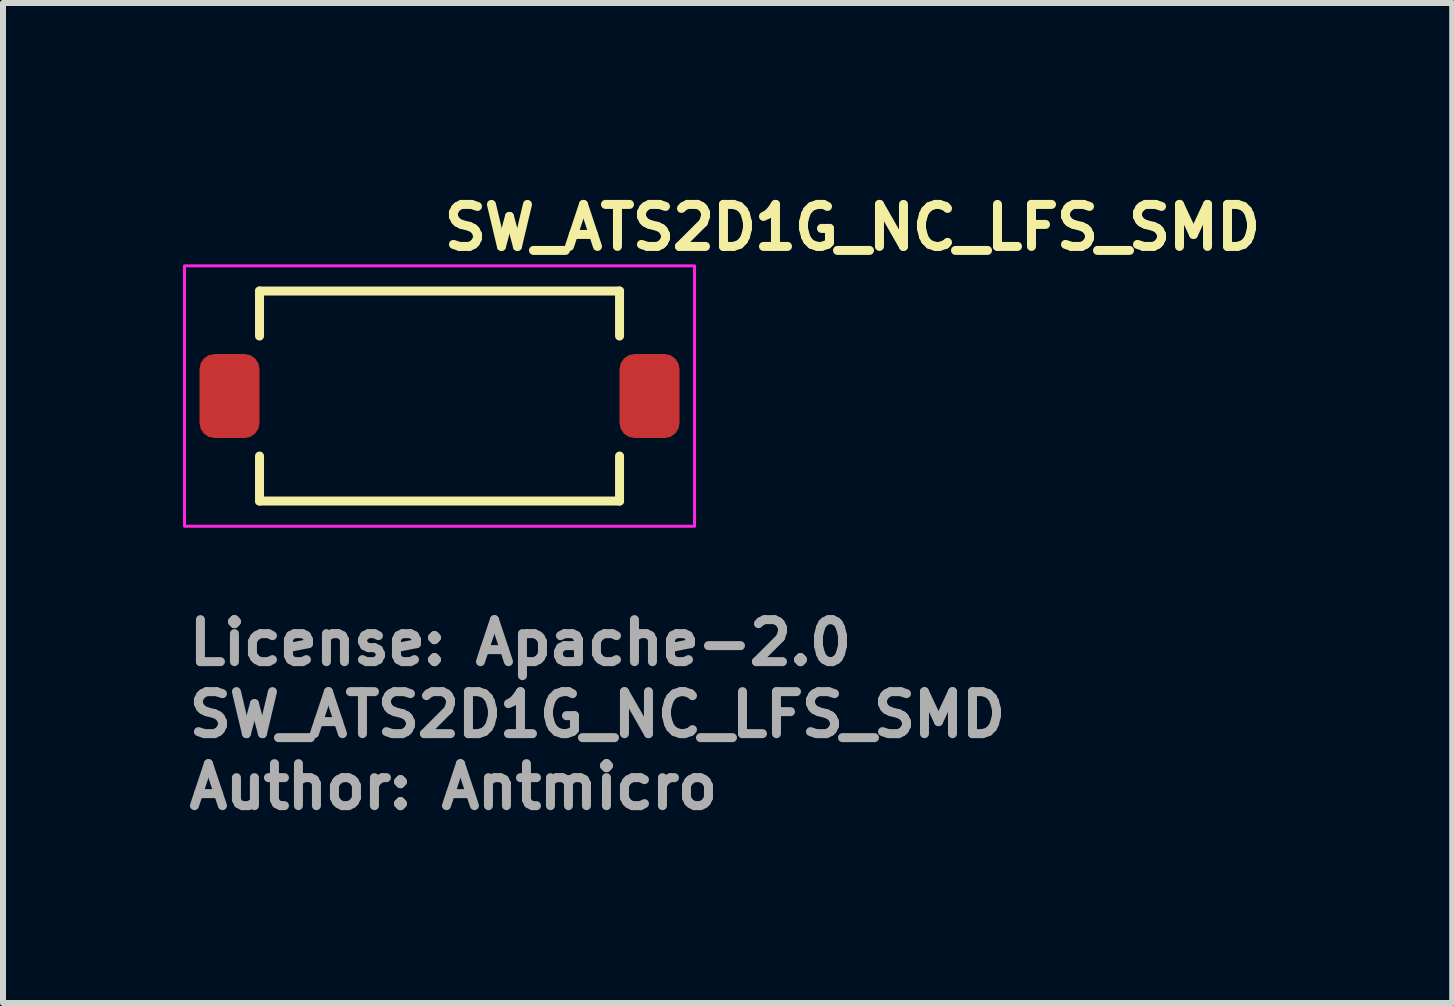
<source format=kicad_pcb>
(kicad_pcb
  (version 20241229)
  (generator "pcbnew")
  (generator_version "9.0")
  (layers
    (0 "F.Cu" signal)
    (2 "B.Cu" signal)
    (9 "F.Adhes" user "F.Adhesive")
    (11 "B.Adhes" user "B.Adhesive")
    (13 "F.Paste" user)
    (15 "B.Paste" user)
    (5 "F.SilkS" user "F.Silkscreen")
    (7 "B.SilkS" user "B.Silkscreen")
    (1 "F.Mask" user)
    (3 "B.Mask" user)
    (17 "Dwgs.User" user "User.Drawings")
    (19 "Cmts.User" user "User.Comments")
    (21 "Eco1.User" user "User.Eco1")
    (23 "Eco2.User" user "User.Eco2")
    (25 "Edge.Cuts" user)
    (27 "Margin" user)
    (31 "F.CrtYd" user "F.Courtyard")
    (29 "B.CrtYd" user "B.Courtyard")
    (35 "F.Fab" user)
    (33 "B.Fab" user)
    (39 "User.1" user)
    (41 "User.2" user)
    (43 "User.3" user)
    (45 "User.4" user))
  (footprint "SW_ATS2D1G_NC_LFS_SMD"
    (layer "F.Cu")
    (at 4.275 3.55)
    (property "Reference" "SW_ATS2D1G_NC_LFS_SMD" (at 0 -2.4 0) (layer "F.SilkS") (effects (font (size 0.7 0.7) (thickness 0.15)) (justify left bottom)))
    (attr smd)
    (fp_line (start -3 -1.75) (end 3 -1.75) (stroke (width 0.15) (type solid)) (layer "F.SilkS"))
    (fp_line (start -3 -1) (end -3 -1.75) (stroke (width 0.15) (type solid)) (layer "F.SilkS"))
    (fp_line (start -3 1) (end -3 1.75) (stroke (width 0.15) (type solid)) (layer "F.SilkS"))
    (fp_line (start -3 1.75) (end 3 1.75) (stroke (width 0.15) (type solid)) (layer "F.SilkS"))
    (fp_line (start 3 -1.75) (end 3 -1) (stroke (width 0.15) (type solid)) (layer "F.SilkS"))
    (fp_line (start 3 1.75) (end 3 1) (stroke (width 0.15) (type solid)) (layer "F.SilkS"))
    (fp_rect (start -4.25 -2.17) (end 4.25 2.17) (stroke (width 0.05) (type solid)) (fill no) (layer "F.CrtYd"))
    (fp_rect (start -3.65 -1.92) (end 3.65 1.92) (stroke (width 0.1) (type solid)) (fill no) (layer "User.5"))
    (fp_line (start -3.65 0.495) (end -3.65 -0.495) (stroke (width 0.02) (type solid)) (layer "User.9"))
    (fp_line (start -3.65 0.495) (end -3 0.495) (stroke (width 0.02) (type solid)) (layer "User.9"))
    (fp_line (start -3.015 -1.8) (end -2.815 -1.8) (stroke (width 0.02) (type solid)) (layer "User.9"))
    (fp_line (start -3.015 -1.8) (end -2.4 -1.8) (stroke (width 0.02) (type solid)) (layer "User.9"))
    (fp_line (start -3.015 -1.7) (end -3.015 -1.8) (stroke (width 0.02) (type solid)) (layer "User.9"))
    (fp_line (start -3.015 -0.495) (end -3.65 -0.495) (stroke (width 0.02) (type solid)) (layer "User.9"))
    (fp_line (start -3.015 0.1) (end -3.015 -1.7) (stroke (width 0.02) (type solid)) (layer "User.9"))
    (fp_line (start -3.015 0.5) (end -2.9 0.5) (stroke (width 0.02) (type solid)) (layer "User.9"))
    (fp_line (start -3.015 1.1) (end -3.015 0.5) (stroke (width 0.02) (type solid)) (layer "User.9"))
    (fp_line (start -3.015 1.5) (end -2.9 1.5) (stroke (width 0.02) (type solid)) (layer "User.9"))
    (fp_line (start -3.015 1.7) (end -3.015 1.5) (stroke (width 0.02) (type solid)) (layer "User.9"))
    (fp_line (start -3.015 1.8) (end -3.015 1.7) (stroke (width 0.02) (type solid)) (layer "User.9"))
    (fp_line (start -3.015 1.8) (end -2.4 1.8) (stroke (width 0.02) (type solid)) (layer "User.9"))
    (fp_line (start -3 0.1) (end -3 0.5) (stroke (width 0.02) (type solid)) (layer "User.9"))
    (fp_line (start -3 1.3) (end -3 1.5) (stroke (width 0.02) (type solid)) (layer "User.9"))
    (fp_line (start -3 1.3) (end -2.987 1.3) (stroke (width 0.02) (type solid)) (layer "User.9"))
    (fp_line (start -2.987 1.3) (end -2.975 1.299) (stroke (width 0.02) (type solid)) (layer "User.9"))
    (fp_line (start -2.975 1.299) (end -2.962 1.298) (stroke (width 0.02) (type solid)) (layer "User.9"))
    (fp_line (start -2.962 1.298) (end -2.949 1.296) (stroke (width 0.02) (type solid)) (layer "User.9"))
    (fp_line (start -2.949 1.296) (end -2.937 1.293) (stroke (width 0.02) (type solid)) (layer "User.9"))
    (fp_line (start -2.937 1.293) (end -2.924 1.29) (stroke (width 0.02) (type solid)) (layer "User.9"))
    (fp_line (start -2.924 1.29) (end -2.912 1.287) (stroke (width 0.02) (type solid)) (layer "User.9"))
    (fp_line (start -2.912 1.287) (end -2.9 1.283) (stroke (width 0.02) (type solid)) (layer "User.9"))
    (fp_line (start -2.9 0.1) (end -3.015 0.1) (stroke (width 0.02) (type solid)) (layer "User.9"))
    (fp_line (start -2.9 0.5) (end -2.9 0.1) (stroke (width 0.02) (type solid)) (layer "User.9"))
    (fp_line (start -2.9 1.1) (end -3.015 1.1) (stroke (width 0.02) (type solid)) (layer "User.9"))
    (fp_line (start -2.9 1.5) (end -2.9 1.1) (stroke (width 0.02) (type solid)) (layer "User.9"))
    (fp_line (start -2.815 1.8) (end -3.015 1.8) (stroke (width 0.02) (type solid)) (layer "User.9"))
    (fp_line (start -2.4 -1.8) (end -2.36 -1.8) (stroke (width 0.02) (type solid)) (layer "User.9"))
    (fp_line (start -2.4 -1.7) (end -2.4 -1.8) (stroke (width 0.02) (type solid)) (layer "User.9"))
    (fp_line (start -2.4 1.7) (end -0.7 1.7) (stroke (width 0.02) (type solid)) (layer "User.9"))
    (fp_line (start -2.4 1.8) (end -2.4 1.7) (stroke (width 0.02) (type solid)) (layer "User.9"))
    (fp_line (start -2.36 -1.92) (end -1.15 -1.92) (stroke (width 0.02) (type solid)) (layer "User.9"))
    (fp_line (start -2.36 -1.861) (end -2.36 -1.92) (stroke (width 0.02) (type solid)) (layer "User.9"))
    (fp_line (start -2.36 -1.861) (end -2.36 -1.7) (stroke (width 0.02) (type solid)) (layer "User.9"))
    (fp_line (start -2.36 1.7) (end -2.36 1.861) (stroke (width 0.02) (type solid)) (layer "User.9"))
    (fp_line (start -2.36 1.8) (end -2.4 1.8) (stroke (width 0.02) (type solid)) (layer "User.9"))
    (fp_line (start -2.36 1.92) (end -2.36 1.861) (stroke (width 0.02) (type solid)) (layer "User.9"))
    (fp_line (start -2.3 1.7) (end -2.3 1.706) (stroke (width 0.02) (type solid)) (layer "User.9"))
    (fp_line (start -2.3 -1.706) (end -2.3 -1.7) (stroke (width 0.02) (type solid)) (layer "User.9"))
    (fp_line (start -2.3 1.706) (end -2.299 1.712) (stroke (width 0.02) (type solid)) (layer "User.9"))
    (fp_line (start -2.299 -1.712) (end -2.3 -1.706) (stroke (width 0.02) (type solid)) (layer "User.9"))
    (fp_line (start -2.299 1.712) (end -2.299 1.718) (stroke (width 0.02) (type solid)) (layer "User.9"))
    (fp_line (start -2.299 -1.718) (end -2.299 -1.712) (stroke (width 0.02) (type solid)) (layer "User.9"))
    (fp_line (start -2.299 1.718) (end -2.298 1.724) (stroke (width 0.02) (type solid)) (layer "User.9"))
    (fp_line (start -2.298 -1.724) (end -2.299 -1.718) (stroke (width 0.02) (type solid)) (layer "User.9"))
    (fp_line (start -2.298 1.724) (end -2.296 1.73) (stroke (width 0.02) (type solid)) (layer "User.9"))
    (fp_line (start -2.296 -1.73) (end -2.298 -1.724) (stroke (width 0.02) (type solid)) (layer "User.9"))
    (fp_line (start -2.296 1.73) (end -2.295 1.736) (stroke (width 0.02) (type solid)) (layer "User.9"))
    (fp_line (start -2.295 -1.736) (end -2.296 -1.73) (stroke (width 0.02) (type solid)) (layer "User.9"))
    (fp_line (start -2.295 1.736) (end -2.293 1.742) (stroke (width 0.02) (type solid)) (layer "User.9"))
    (fp_line (start -2.293 -1.742) (end -2.295 -1.736) (stroke (width 0.02) (type solid)) (layer "User.9"))
    (fp_line (start -2.293 1.742) (end -2.29 1.748) (stroke (width 0.02) (type solid)) (layer "User.9"))
    (fp_line (start -2.29 -1.748) (end -2.293 -1.742) (stroke (width 0.02) (type solid)) (layer "User.9"))
    (fp_line (start -2.29 1.748) (end -2.288 1.753) (stroke (width 0.02) (type solid)) (layer "User.9"))
    (fp_line (start -2.288 -1.753) (end -2.29 -1.748) (stroke (width 0.02) (type solid)) (layer "User.9"))
    (fp_line (start -2.288 1.753) (end -2.285 1.759) (stroke (width 0.02) (type solid)) (layer "User.9"))
    (fp_line (start -2.285 -1.759) (end -2.288 -1.753) (stroke (width 0.02) (type solid)) (layer "User.9"))
    (fp_line (start -2.285 1.759) (end -2.282 1.764) (stroke (width 0.02) (type solid)) (layer "User.9"))
    (fp_line (start -2.282 -1.764) (end -2.285 -1.759) (stroke (width 0.02) (type solid)) (layer "User.9"))
    (fp_line (start -2.282 1.764) (end -2.279 1.769) (stroke (width 0.02) (type solid)) (layer "User.9"))
    (fp_line (start -2.279 -1.769) (end -2.282 -1.764) (stroke (width 0.02) (type solid)) (layer "User.9"))
    (fp_line (start -2.279 1.769) (end -2.275 1.774) (stroke (width 0.02) (type solid)) (layer "User.9"))
    (fp_line (start -2.275 -1.774) (end -2.279 -1.769) (stroke (width 0.02) (type solid)) (layer "User.9"))
    (fp_line (start -2.275 1.774) (end -2.272 1.779) (stroke (width 0.02) (type solid)) (layer "User.9"))
    (fp_line (start -2.272 -1.779) (end -2.275 -1.774) (stroke (width 0.02) (type solid)) (layer "User.9"))
    (fp_line (start -2.272 1.779) (end -2.268 1.784) (stroke (width 0.02) (type solid)) (layer "User.9"))
    (fp_line (start -2.268 -1.784) (end -2.272 -1.779) (stroke (width 0.02) (type solid)) (layer "User.9"))
    (fp_line (start -2.268 1.784) (end -2.263 1.788) (stroke (width 0.02) (type solid)) (layer "User.9"))
    (fp_line (start -2.263 -1.788) (end -2.268 -1.784) (stroke (width 0.02) (type solid)) (layer "User.9"))
    (fp_line (start -2.263 -1.788) (end -2.263 -1.788) (stroke (width 0.02) (type solid)) (layer "User.9"))
    (fp_line (start -2.263 1.788) (end -2.263 1.788) (stroke (width 0.02) (type solid)) (layer "User.9"))
    (fp_line (start -2.263 1.788) (end -2.259 1.793) (stroke (width 0.02) (type solid)) (layer "User.9"))
    (fp_line (start -2.259 -1.793) (end -2.263 -1.788) (stroke (width 0.02) (type solid)) (layer "User.9"))
    (fp_line (start -2.259 1.793) (end -2.254 1.797) (stroke (width 0.02) (type solid)) (layer "User.9"))
    (fp_line (start -2.254 -1.797) (end -2.259 -1.793) (stroke (width 0.02) (type solid)) (layer "User.9"))
    (fp_line (start -2.254 1.797) (end -2.249 1.8) (stroke (width 0.02) (type solid)) (layer "User.9"))
    (fp_line (start -2.249 -1.8) (end -2.254 -1.797) (stroke (width 0.02) (type solid)) (layer "User.9"))
    (fp_line (start -2.249 1.8) (end -2.244 1.804) (stroke (width 0.02) (type solid)) (layer "User.9"))
    (fp_line (start -2.244 -1.804) (end -2.249 -1.8) (stroke (width 0.02) (type solid)) (layer "User.9"))
    (fp_line (start -2.244 1.804) (end -2.239 1.807) (stroke (width 0.02) (type solid)) (layer "User.9"))
    (fp_line (start -2.239 -1.807) (end -2.244 -1.804) (stroke (width 0.02) (type solid)) (layer "User.9"))
    (fp_line (start -2.239 1.807) (end -2.234 1.81) (stroke (width 0.02) (type solid)) (layer "User.9"))
    (fp_line (start -2.234 -1.81) (end -2.239 -1.807) (stroke (width 0.02) (type solid)) (layer "User.9"))
    (fp_line (start -2.234 1.81) (end -2.228 1.813) (stroke (width 0.02) (type solid)) (layer "User.9"))
    (fp_line (start -2.228 -1.813) (end -2.234 -1.81) (stroke (width 0.02) (type solid)) (layer "User.9"))
    (fp_line (start -2.228 1.813) (end -2.223 1.815) (stroke (width 0.02) (type solid)) (layer "User.9"))
    (fp_line (start -2.223 -1.815) (end -2.228 -1.813) (stroke (width 0.02) (type solid)) (layer "User.9"))
    (fp_line (start -2.223 1.815) (end -2.217 1.818) (stroke (width 0.02) (type solid)) (layer "User.9"))
    (fp_line (start -2.217 -1.818) (end -2.223 -1.815) (stroke (width 0.02) (type solid)) (layer "User.9"))
    (fp_line (start -2.217 1.818) (end -2.211 1.82) (stroke (width 0.02) (type solid)) (layer "User.9"))
    (fp_line (start -2.211 -1.82) (end -2.217 -1.818) (stroke (width 0.02) (type solid)) (layer "User.9"))
    (fp_line (start -2.211 1.82) (end -2.205 1.821) (stroke (width 0.02) (type solid)) (layer "User.9"))
    (fp_line (start -2.205 -1.821) (end -2.211 -1.82) (stroke (width 0.02) (type solid)) (layer "User.9"))
    (fp_line (start -2.205 1.821) (end -2.2 1.823) (stroke (width 0.02) (type solid)) (layer "User.9"))
    (fp_line (start -2.2 -1.823) (end -2.205 -1.821) (stroke (width 0.02) (type solid)) (layer "User.9"))
    (fp_line (start -2.2 1.823) (end -2.193 1.824) (stroke (width 0.02) (type solid)) (layer "User.9"))
    (fp_line (start -2.193 -1.824) (end -2.2 -1.823) (stroke (width 0.02) (type solid)) (layer "User.9"))
    (fp_line (start -2.193 1.824) (end -2.187 1.824) (stroke (width 0.02) (type solid)) (layer "User.9"))
    (fp_line (start -2.187 -1.824) (end -2.193 -1.824) (stroke (width 0.02) (type solid)) (layer "User.9"))
    (fp_line (start -2.187 1.824) (end -2.181 1.825) (stroke (width 0.02) (type solid)) (layer "User.9"))
    (fp_line (start -2.181 -1.825) (end -2.187 -1.824) (stroke (width 0.02) (type solid)) (layer "User.9"))
    (fp_line (start -2.181 1.825) (end -2.175 1.825) (stroke (width 0.02) (type solid)) (layer "User.9"))
    (fp_line (start -2.175 -1.825) (end -2.181 -1.825) (stroke (width 0.02) (type solid)) (layer "User.9"))
    (fp_line (start -2.175 -1.825) (end -0.875 -1.825) (stroke (width 0.02) (type solid)) (layer "User.9"))
    (fp_line (start -1.15 -1.92) (end -1.15 -1.861) (stroke (width 0.02) (type solid)) (layer "User.9"))
    (fp_line (start -1.15 -1.861) (end -1.15 -1.825) (stroke (width 0.02) (type solid)) (layer "User.9"))
    (fp_line (start -1.15 1.825) (end -1.15 1.861) (stroke (width 0.02) (type solid)) (layer "User.9"))
    (fp_line (start -1.15 1.861) (end -1.15 1.92) (stroke (width 0.02) (type solid)) (layer "User.9"))
    (fp_line (start -1.15 1.92) (end -2.36 1.92) (stroke (width 0.02) (type solid)) (layer "User.9"))
    (fp_line (start -1.1 0) (end -1.099 0.057) (stroke (width 0.02) (type solid)) (layer "User.9"))
    (fp_line (start -1.099 -0.057) (end -1.1 0.000007) (stroke (width 0.02) (type solid)) (layer "User.9"))
    (fp_line (start -1.099 0.057) (end -1.094 0.112) (stroke (width 0.02) (type solid)) (layer "User.9"))
    (fp_line (start -1.094 -0.112) (end -1.099 -0.057) (stroke (width 0.02) (type solid)) (layer "User.9"))
    (fp_line (start -1.094 0.112) (end -1.087 0.167) (stroke (width 0.02) (type solid)) (layer "User.9"))
    (fp_line (start -1.087 -0.167) (end -1.094 -0.112) (stroke (width 0.02) (type solid)) (layer "User.9"))
    (fp_line (start -1.087 0.167) (end -1.078 0.222) (stroke (width 0.02) (type solid)) (layer "User.9"))
    (fp_line (start -1.078 -0.222) (end -1.087 -0.167) (stroke (width 0.02) (type solid)) (layer "User.9"))
    (fp_line (start -1.078 0.222) (end -1.065 0.275) (stroke (width 0.02) (type solid)) (layer "User.9"))
    (fp_line (start -1.065 -0.275) (end -1.078 -0.222) (stroke (width 0.02) (type solid)) (layer "User.9"))
    (fp_line (start -1.065 0.275) (end -1.05 0.327) (stroke (width 0.02) (type solid)) (layer "User.9"))
    (fp_line (start -1.05 -0.327) (end -1.065 -0.275) (stroke (width 0.02) (type solid)) (layer "User.9"))
    (fp_line (start -1.05 0.327) (end -1.033 0.378) (stroke (width 0.02) (type solid)) (layer "User.9"))
    (fp_line (start -1.033 -0.378) (end -1.05 -0.327) (stroke (width 0.02) (type solid)) (layer "User.9"))
    (fp_line (start -1.033 0.378) (end -1.013 0.428) (stroke (width 0.02) (type solid)) (layer "User.9"))
    (fp_line (start -1.013 -0.428) (end -1.033 -0.378) (stroke (width 0.02) (type solid)) (layer "User.9"))
    (fp_line (start -1.013 0.428) (end -0.991 0.477) (stroke (width 0.02) (type solid)) (layer "User.9"))
    (fp_line (start -0.991 -0.477) (end -1.013 -0.428) (stroke (width 0.02) (type solid)) (layer "User.9"))
    (fp_line (start -0.991 0.477) (end -0.967 0.524) (stroke (width 0.02) (type solid)) (layer "User.9"))
    (fp_line (start -0.967 -0.524) (end -0.991 -0.477) (stroke (width 0.02) (type solid)) (layer "User.9"))
    (fp_line (start -0.967 0.524) (end -0.941 0.57) (stroke (width 0.02) (type solid)) (layer "User.9"))
    (fp_line (start -0.95 0) (end -0.95 0) (stroke (width 0.02) (type solid)) (layer "User.9"))
    (fp_line (start -0.95 0) (end -0.949 0.049) (stroke (width 0.02) (type solid)) (layer "User.9"))
    (fp_line (start -0.949 -0.049) (end -0.95 0) (stroke (width 0.02) (type solid)) (layer "User.9"))
    (fp_line (start -0.949 0.049) (end -0.945 0.097) (stroke (width 0.02) (type solid)) (layer "User.9"))
    (fp_line (start -0.945 -0.097) (end -0.949 -0.049) (stroke (width 0.02) (type solid)) (layer "User.9"))
    (fp_line (start -0.945 0.097) (end -0.939 0.145) (stroke (width 0.02) (type solid)) (layer "User.9"))
    (fp_line (start -0.941 -0.57) (end -0.967 -0.524) (stroke (width 0.02) (type solid)) (layer "User.9"))
    (fp_line (start -0.941 0.57) (end -0.912 0.615) (stroke (width 0.02) (type solid)) (layer "User.9"))
    (fp_line (start -0.939 -0.145) (end -0.945 -0.097) (stroke (width 0.02) (type solid)) (layer "User.9"))
    (fp_line (start -0.939 0.145) (end -0.931 0.191) (stroke (width 0.02) (type solid)) (layer "User.9"))
    (fp_line (start -0.931 -0.191) (end -0.939 -0.145) (stroke (width 0.02) (type solid)) (layer "User.9"))
    (fp_line (start -0.931 0.191) (end -0.92 0.237) (stroke (width 0.02) (type solid)) (layer "User.9"))
    (fp_line (start -0.92 -0.237) (end -0.931 -0.191) (stroke (width 0.02) (type solid)) (layer "User.9"))
    (fp_line (start -0.92 0.237) (end -0.907 0.283) (stroke (width 0.02) (type solid)) (layer "User.9"))
    (fp_line (start -0.912 -0.615) (end -0.941 -0.57) (stroke (width 0.02) (type solid)) (layer "User.9"))
    (fp_line (start -0.912 0.615) (end -0.881 0.658) (stroke (width 0.02) (type solid)) (layer "User.9"))
    (fp_line (start -0.907 -0.283) (end -0.92 -0.237) (stroke (width 0.02) (type solid)) (layer "User.9"))
    (fp_line (start -0.907 0.283) (end -0.892 0.327) (stroke (width 0.02) (type solid)) (layer "User.9"))
    (fp_line (start -0.892 -0.327) (end -0.907 -0.283) (stroke (width 0.02) (type solid)) (layer "User.9"))
    (fp_line (start -0.892 0.327) (end -0.875 0.37) (stroke (width 0.02) (type solid)) (layer "User.9"))
    (fp_line (start -0.881 -0.658) (end -0.912 -0.615) (stroke (width 0.02) (type solid)) (layer "User.9"))
    (fp_line (start -0.881 0.658) (end -0.849 0.699) (stroke (width 0.02) (type solid)) (layer "User.9"))
    (fp_line (start -0.875 -0.37) (end -0.892 -0.327) (stroke (width 0.02) (type solid)) (layer "User.9"))
    (fp_line (start -0.875 0.37) (end -0.856 0.412) (stroke (width 0.02) (type solid)) (layer "User.9"))
    (fp_line (start -0.875 1.825) (end -2.175 1.825) (stroke (width 0.02) (type solid)) (layer "User.9"))
    (fp_line (start -0.875 1.825) (end -0.869 1.825) (stroke (width 0.02) (type solid)) (layer "User.9"))
    (fp_line (start -0.869 -1.825) (end -0.875 -1.825) (stroke (width 0.02) (type solid)) (layer "User.9"))
    (fp_line (start -0.869 1.825) (end -0.863 1.824) (stroke (width 0.02) (type solid)) (layer "User.9"))
    (fp_line (start -0.863 -1.824) (end -0.869 -1.825) (stroke (width 0.02) (type solid)) (layer "User.9"))
    (fp_line (start -0.863 1.824) (end -0.857 1.824) (stroke (width 0.02) (type solid)) (layer "User.9"))
    (fp_line (start -0.857 -1.824) (end -0.863 -1.824) (stroke (width 0.02) (type solid)) (layer "User.9"))
    (fp_line (start -0.857 1.824) (end -0.851 1.823) (stroke (width 0.02) (type solid)) (layer "User.9"))
    (fp_line (start -0.856 -0.412) (end -0.875 -0.37) (stroke (width 0.02) (type solid)) (layer "User.9"))
    (fp_line (start -0.856 0.412) (end -0.835 0.453) (stroke (width 0.02) (type solid)) (layer "User.9"))
    (fp_line (start -0.851 -1.823) (end -0.857 -1.824) (stroke (width 0.02) (type solid)) (layer "User.9"))
    (fp_line (start -0.851 1.823) (end -0.845 1.821) (stroke (width 0.02) (type solid)) (layer "User.9"))
    (fp_line (start -0.849 -0.699) (end -0.881 -0.658) (stroke (width 0.02) (type solid)) (layer "User.9"))
    (fp_line (start -0.849 0.699) (end -0.814 0.739) (stroke (width 0.02) (type solid)) (layer "User.9"))
    (fp_line (start -0.845 -1.821) (end -0.851 -1.823) (stroke (width 0.02) (type solid)) (layer "User.9"))
    (fp_line (start -0.845 1.821) (end -0.839 1.82) (stroke (width 0.02) (type solid)) (layer "User.9"))
    (fp_line (start -0.839 -1.82) (end -0.845 -1.821) (stroke (width 0.02) (type solid)) (layer "User.9"))
    (fp_line (start -0.839 1.82) (end -0.833 1.818) (stroke (width 0.02) (type solid)) (layer "User.9"))
    (fp_line (start -0.835 -0.453) (end -0.856 -0.412) (stroke (width 0.02) (type solid)) (layer "User.9"))
    (fp_line (start -0.835 0.453) (end -0.812 0.493) (stroke (width 0.02) (type solid)) (layer "User.9"))
    (fp_line (start -0.833 -1.818) (end -0.839 -1.82) (stroke (width 0.02) (type solid)) (layer "User.9"))
    (fp_line (start -0.833 1.818) (end -0.827 1.815) (stroke (width 0.02) (type solid)) (layer "User.9"))
    (fp_line (start -0.827 -1.815) (end -0.833 -1.818) (stroke (width 0.02) (type solid)) (layer "User.9"))
    (fp_line (start -0.827 1.815) (end -0.822 1.813) (stroke (width 0.02) (type solid)) (layer "User.9"))
    (fp_line (start -0.822 -1.813) (end -0.827 -1.815) (stroke (width 0.02) (type solid)) (layer "User.9"))
    (fp_line (start -0.822 1.813) (end -0.816 1.81) (stroke (width 0.02) (type solid)) (layer "User.9"))
    (fp_line (start -0.816 -1.81) (end -0.822 -1.813) (stroke (width 0.02) (type solid)) (layer "User.9"))
    (fp_line (start -0.816 1.81) (end -0.811 1.807) (stroke (width 0.02) (type solid)) (layer "User.9"))
    (fp_line (start -0.814 -0.739) (end -0.849 -0.699) (stroke (width 0.02) (type solid)) (layer "User.9"))
    (fp_line (start -0.814 0.739) (end -0.778 0.777) (stroke (width 0.02) (type solid)) (layer "User.9"))
    (fp_line (start -0.812 -0.493) (end -0.835 -0.453) (stroke (width 0.02) (type solid)) (layer "User.9"))
    (fp_line (start -0.812 0.493) (end -0.788 0.531) (stroke (width 0.02) (type solid)) (layer "User.9"))
    (fp_line (start -0.811 -1.807) (end -0.816 -1.81) (stroke (width 0.02) (type solid)) (layer "User.9"))
    (fp_line (start -0.811 1.807) (end -0.806 1.804) (stroke (width 0.02) (type solid)) (layer "User.9"))
    (fp_line (start -0.806 -1.804) (end -0.811 -1.807) (stroke (width 0.02) (type solid)) (layer "User.9"))
    (fp_line (start -0.806 1.804) (end -0.801 1.8) (stroke (width 0.02) (type solid)) (layer "User.9"))
    (fp_line (start -0.801 -1.8) (end -0.806 -1.804) (stroke (width 0.02) (type solid)) (layer "User.9"))
    (fp_line (start -0.801 1.8) (end -0.796 1.797) (stroke (width 0.02) (type solid)) (layer "User.9"))
    (fp_line (start -0.8 -1.8) (end -0.7 -1.8) (stroke (width 0.02) (type solid)) (layer "User.9"))
    (fp_line (start -0.796 -1.797) (end -0.801 -1.8) (stroke (width 0.02) (type solid)) (layer "User.9"))
    (fp_line (start -0.796 1.797) (end -0.791 1.793) (stroke (width 0.02) (type solid)) (layer "User.9"))
    (fp_line (start -0.791 -1.793) (end -0.796 -1.797) (stroke (width 0.02) (type solid)) (layer "User.9"))
    (fp_line (start -0.791 1.793) (end -0.787 1.788) (stroke (width 0.02) (type solid)) (layer "User.9"))
    (fp_line (start -0.788 -0.531) (end -0.812 -0.493) (stroke (width 0.02) (type solid)) (layer "User.9"))
    (fp_line (start -0.788 0.531) (end -0.761 0.568) (stroke (width 0.02) (type solid)) (layer "User.9"))
    (fp_line (start -0.787 -1.788) (end -0.791 -1.793) (stroke (width 0.02) (type solid)) (layer "User.9"))
    (fp_line (start -0.787 -1.788) (end -0.787 -1.788) (stroke (width 0.02) (type solid)) (layer "User.9"))
    (fp_line (start -0.787 1.788) (end -0.787 1.788) (stroke (width 0.02) (type solid)) (layer "User.9"))
    (fp_line (start -0.787 1.788) (end -0.782 1.784) (stroke (width 0.02) (type solid)) (layer "User.9"))
    (fp_line (start -0.782 -1.784) (end -0.787 -1.788) (stroke (width 0.02) (type solid)) (layer "User.9"))
    (fp_line (start -0.782 1.784) (end -0.778 1.779) (stroke (width 0.02) (type solid)) (layer "User.9"))
    (fp_line (start -0.778 -1.779) (end -0.782 -1.784) (stroke (width 0.02) (type solid)) (layer "User.9"))
    (fp_line (start -0.778 1.779) (end -0.775 1.774) (stroke (width 0.02) (type solid)) (layer "User.9"))
    (fp_line (start -0.778 -0.777) (end -0.814 -0.739) (stroke (width 0.02) (type solid)) (layer "User.9"))
    (fp_line (start -0.778 0.777) (end -0.739 0.814) (stroke (width 0.02) (type solid)) (layer "User.9"))
    (fp_line (start -0.775 -1.774) (end -0.778 -1.779) (stroke (width 0.02) (type solid)) (layer "User.9"))
    (fp_line (start -0.775 1.774) (end -0.771 1.769) (stroke (width 0.02) (type solid)) (layer "User.9"))
    (fp_line (start -0.771 -1.769) (end -0.775 -1.774) (stroke (width 0.02) (type solid)) (layer "User.9"))
    (fp_line (start -0.771 1.769) (end -0.768 1.764) (stroke (width 0.02) (type solid)) (layer "User.9"))
    (fp_line (start -0.768 -1.764) (end -0.771 -1.769) (stroke (width 0.02) (type solid)) (layer "User.9"))
    (fp_line (start -0.768 1.764) (end -0.765 1.759) (stroke (width 0.02) (type solid)) (layer "User.9"))
    (fp_line (start -0.765 -1.759) (end -0.768 -1.764) (stroke (width 0.02) (type solid)) (layer "User.9"))
    (fp_line (start -0.765 1.759) (end -0.762 1.753) (stroke (width 0.02) (type solid)) (layer "User.9"))
    (fp_line (start -0.762 -1.753) (end -0.765 -1.759) (stroke (width 0.02) (type solid)) (layer "User.9"))
    (fp_line (start -0.762 1.753) (end -0.76 1.748) (stroke (width 0.02) (type solid)) (layer "User.9"))
    (fp_line (start -0.761 -0.568) (end -0.788 -0.531) (stroke (width 0.02) (type solid)) (layer "User.9"))
    (fp_line (start -0.761 0.568) (end -0.733 0.604) (stroke (width 0.02) (type solid)) (layer "User.9"))
    (fp_line (start -0.76 -1.748) (end -0.762 -1.753) (stroke (width 0.02) (type solid)) (layer "User.9"))
    (fp_line (start -0.76 1.748) (end -0.757 1.742) (stroke (width 0.02) (type solid)) (layer "User.9"))
    (fp_line (start -0.757 -1.742) (end -0.76 -1.748) (stroke (width 0.02) (type solid)) (layer "User.9"))
    (fp_line (start -0.757 1.742) (end -0.755 1.736) (stroke (width 0.02) (type solid)) (layer "User.9"))
    (fp_line (start -0.755 -1.736) (end -0.757 -1.742) (stroke (width 0.02) (type solid)) (layer "User.9"))
    (fp_line (start -0.755 1.736) (end -0.754 1.73) (stroke (width 0.02) (type solid)) (layer "User.9"))
    (fp_line (start -0.754 -1.73) (end -0.755 -1.736) (stroke (width 0.02) (type solid)) (layer "User.9"))
    (fp_line (start -0.754 1.73) (end -0.752 1.724) (stroke (width 0.02) (type solid)) (layer "User.9"))
    (fp_line (start -0.752 -1.724) (end -0.754 -1.73) (stroke (width 0.02) (type solid)) (layer "User.9"))
    (fp_line (start -0.752 1.724) (end -0.751 1.718) (stroke (width 0.02) (type solid)) (layer "User.9"))
    (fp_line (start -0.751 -1.718) (end -0.752 -1.724) (stroke (width 0.02) (type solid)) (layer "User.9"))
    (fp_line (start -0.751 1.718) (end -0.751 1.712) (stroke (width 0.02) (type solid)) (layer "User.9"))
    (fp_line (start -0.751 -1.712) (end -0.751 -1.718) (stroke (width 0.02) (type solid)) (layer "User.9"))
    (fp_line (start -0.751 1.712) (end -0.75 1.706) (stroke (width 0.02) (type solid)) (layer "User.9"))
    (fp_line (start -0.75 -1.706) (end -0.751 -1.712) (stroke (width 0.02) (type solid)) (layer "User.9"))
    (fp_line (start -0.75 1.706) (end -0.75 1.7) (stroke (width 0.02) (type solid)) (layer "User.9"))
    (fp_line (start -0.75 -1.7) (end -0.75 -1.706) (stroke (width 0.02) (type solid)) (layer "User.9"))
    (fp_line (start -0.739 -0.814) (end -0.778 -0.777) (stroke (width 0.02) (type solid)) (layer "User.9"))
    (fp_line (start -0.739 0.814) (end -0.7 0.848) (stroke (width 0.02) (type solid)) (layer "User.9"))
    (fp_line (start -0.733 -0.604) (end -0.761 -0.568) (stroke (width 0.02) (type solid)) (layer "User.9"))
    (fp_line (start -0.733 0.604) (end -0.703 0.639) (stroke (width 0.02) (type solid)) (layer "User.9"))
    (fp_line (start -0.703 -0.639) (end -0.733 -0.604) (stroke (width 0.02) (type solid)) (layer "User.9"))
    (fp_line (start -0.703 0.639) (end -0.672 0.672) (stroke (width 0.02) (type solid)) (layer "User.9"))
    (fp_line (start -0.7 -1.8) (end -0.7 -1.7) (stroke (width 0.02) (type solid)) (layer "User.9"))
    (fp_line (start -0.7 -1.8) (end 0.7 -1.8) (stroke (width 0.02) (type solid)) (layer "User.9"))
    (fp_line (start -0.7 -1.7) (end -2.4 -1.7) (stroke (width 0.02) (type solid)) (layer "User.9"))
    (fp_line (start -0.7 1.7) (end -0.7 1.8) (stroke (width 0.02) (type solid)) (layer "User.9"))
    (fp_line (start -0.7 1.8) (end -0.8 1.8) (stroke (width 0.02) (type solid)) (layer "User.9"))
    (fp_line (start -0.7 1.8) (end 0.7 1.8) (stroke (width 0.02) (type solid)) (layer "User.9"))
    (fp_line (start -0.7 -0.848) (end -0.739 -0.814) (stroke (width 0.02) (type solid)) (layer "User.9"))
    (fp_line (start -0.7 0.848) (end -0.658 0.881) (stroke (width 0.02) (type solid)) (layer "User.9"))
    (fp_line (start -0.672 -0.672) (end -0.703 -0.639) (stroke (width 0.02) (type solid)) (layer "User.9"))
    (fp_line (start -0.672 0.672) (end -0.639 0.703) (stroke (width 0.02) (type solid)) (layer "User.9"))
    (fp_line (start -0.658 -0.881) (end -0.7 -0.848) (stroke (width 0.02) (type solid)) (layer "User.9"))
    (fp_line (start -0.658 0.881) (end -0.615 0.912) (stroke (width 0.02) (type solid)) (layer "User.9"))
    (fp_line (start -0.639 -0.703) (end -0.672 -0.672) (stroke (width 0.02) (type solid)) (layer "User.9"))
    (fp_line (start -0.639 0.703) (end -0.604 0.733) (stroke (width 0.02) (type solid)) (layer "User.9"))
    (fp_line (start -0.615 -0.912) (end -0.658 -0.881) (stroke (width 0.02) (type solid)) (layer "User.9"))
    (fp_line (start -0.615 0.912) (end -0.57 0.94) (stroke (width 0.02) (type solid)) (layer "User.9"))
    (fp_line (start -0.604 -0.733) (end -0.639 -0.703) (stroke (width 0.02) (type solid)) (layer "User.9"))
    (fp_line (start -0.604 0.733) (end -0.568 0.761) (stroke (width 0.02) (type solid)) (layer "User.9"))
    (fp_line (start -0.57 -0.94) (end -0.615 -0.912) (stroke (width 0.02) (type solid)) (layer "User.9"))
    (fp_line (start -0.57 0.94) (end -0.524 0.967) (stroke (width 0.02) (type solid)) (layer "User.9"))
    (fp_line (start -0.568 -0.761) (end -0.604 -0.733) (stroke (width 0.02) (type solid)) (layer "User.9"))
    (fp_line (start -0.568 0.761) (end -0.531 0.788) (stroke (width 0.02) (type solid)) (layer "User.9"))
    (fp_line (start -0.531 -0.788) (end -0.568 -0.761) (stroke (width 0.02) (type solid)) (layer "User.9"))
    (fp_line (start -0.531 0.788) (end -0.493 0.812) (stroke (width 0.02) (type solid)) (layer "User.9"))
    (fp_line (start -0.524 -0.967) (end -0.57 -0.94) (stroke (width 0.02) (type solid)) (layer "User.9"))
    (fp_line (start -0.524 0.967) (end -0.477 0.991) (stroke (width 0.02) (type solid)) (layer "User.9"))
    (fp_line (start -0.493 -0.812) (end -0.531 -0.788) (stroke (width 0.02) (type solid)) (layer "User.9"))
    (fp_line (start -0.493 0.812) (end -0.453 0.835) (stroke (width 0.02) (type solid)) (layer "User.9"))
    (fp_line (start -0.477 -0.991) (end -0.524 -0.967) (stroke (width 0.02) (type solid)) (layer "User.9"))
    (fp_line (start -0.477 0.991) (end -0.428 1.013) (stroke (width 0.02) (type solid)) (layer "User.9"))
    (fp_line (start -0.453 -0.835) (end -0.493 -0.812) (stroke (width 0.02) (type solid)) (layer "User.9"))
    (fp_line (start -0.453 0.835) (end -0.412 0.856) (stroke (width 0.02) (type solid)) (layer "User.9"))
    (fp_line (start -0.428 -1.013) (end -0.477 -0.991) (stroke (width 0.02) (type solid)) (layer "User.9"))
    (fp_line (start -0.428 1.013) (end -0.378 1.033) (stroke (width 0.02) (type solid)) (layer "User.9"))
    (fp_line (start -0.412 -0.856) (end -0.453 -0.835) (stroke (width 0.02) (type solid)) (layer "User.9"))
    (fp_line (start -0.412 0.856) (end -0.37 0.875) (stroke (width 0.02) (type solid)) (layer "User.9"))
    (fp_line (start -0.378 -1.033) (end -0.428 -1.013) (stroke (width 0.02) (type solid)) (layer "User.9"))
    (fp_line (start -0.378 1.033) (end -0.327 1.05) (stroke (width 0.02) (type solid)) (layer "User.9"))
    (fp_line (start -0.37 -0.875) (end -0.412 -0.856) (stroke (width 0.02) (type solid)) (layer "User.9"))
    (fp_line (start -0.37 0.875) (end -0.327 0.892) (stroke (width 0.02) (type solid)) (layer "User.9"))
    (fp_line (start -0.327 -1.05) (end -0.378 -1.033) (stroke (width 0.02) (type solid)) (layer "User.9"))
    (fp_line (start -0.327 1.05) (end -0.275 1.065) (stroke (width 0.02) (type solid)) (layer "User.9"))
    (fp_line (start -0.327 -0.892) (end -0.37 -0.875) (stroke (width 0.02) (type solid)) (layer "User.9"))
    (fp_line (start -0.327 0.892) (end -0.283 0.907) (stroke (width 0.02) (type solid)) (layer "User.9"))
    (fp_line (start -0.283 -0.907) (end -0.327 -0.892) (stroke (width 0.02) (type solid)) (layer "User.9"))
    (fp_line (start -0.283 0.907) (end -0.237 0.92) (stroke (width 0.02) (type solid)) (layer "User.9"))
    (fp_line (start -0.275 -1.065) (end -0.327 -1.05) (stroke (width 0.02) (type solid)) (layer "User.9"))
    (fp_line (start -0.275 1.065) (end -0.222 1.077) (stroke (width 0.02) (type solid)) (layer "User.9"))
    (fp_line (start -0.237 -0.92) (end -0.283 -0.907) (stroke (width 0.02) (type solid)) (layer "User.9"))
    (fp_line (start -0.237 0.92) (end -0.191 0.931) (stroke (width 0.02) (type solid)) (layer "User.9"))
    (fp_line (start -0.222 -1.077) (end -0.275 -1.065) (stroke (width 0.02) (type solid)) (layer "User.9"))
    (fp_line (start -0.222 1.077) (end -0.167 1.087) (stroke (width 0.02) (type solid)) (layer "User.9"))
    (fp_line (start -0.191 -0.931) (end -0.237 -0.92) (stroke (width 0.02) (type solid)) (layer "User.9"))
    (fp_line (start -0.191 0.931) (end -0.145 0.939) (stroke (width 0.02) (type solid)) (layer "User.9"))
    (fp_line (start -0.167 -1.087) (end -0.222 -1.077) (stroke (width 0.02) (type solid)) (layer "User.9"))
    (fp_line (start -0.167 1.087) (end -0.112 1.094) (stroke (width 0.02) (type solid)) (layer "User.9"))
    (fp_line (start -0.145 -0.939) (end -0.191 -0.931) (stroke (width 0.02) (type solid)) (layer "User.9"))
    (fp_line (start -0.145 0.939) (end -0.097 0.945) (stroke (width 0.02) (type solid)) (layer "User.9"))
    (fp_line (start -0.112 -1.094) (end -0.167 -1.087) (stroke (width 0.02) (type solid)) (layer "User.9"))
    (fp_line (start -0.112 1.094) (end -0.057 1.098) (stroke (width 0.02) (type solid)) (layer "User.9"))
    (fp_line (start -0.097 -0.945) (end -0.145 -0.939) (stroke (width 0.02) (type solid)) (layer "User.9"))
    (fp_line (start -0.097 0.945) (end -0.049 0.949) (stroke (width 0.02) (type solid)) (layer "User.9"))
    (fp_line (start -0.057 -1.098) (end -0.112 -1.094) (stroke (width 0.02) (type solid)) (layer "User.9"))
    (fp_line (start -0.057 1.098) (end 0 1.099) (stroke (width 0.02) (type solid)) (layer "User.9"))
    (fp_line (start -0.049 -0.949) (end -0.097 -0.945) (stroke (width 0.02) (type solid)) (layer "User.9"))
    (fp_line (start -0.049 0.949) (end 0 0.95) (stroke (width 0.02) (type solid)) (layer "User.9"))
    (fp_line (start 0 -1.099) (end -0.057 -1.098) (stroke (width 0.02) (type solid)) (layer "User.9"))
    (fp_line (start 0 -1.099) (end 0 -1.099) (stroke (width 0.02) (type solid)) (layer "User.9"))
    (fp_line (start 0 -0.95) (end -0.049 -0.949) (stroke (width 0.02) (type solid)) (layer "User.9"))
    (fp_line (start 0 -0.95) (end 0 -0.95) (stroke (width 0.02) (type solid)) (layer "User.9"))
    (fp_line (start 0 0.95) (end 0 0.95) (stroke (width 0.02) (type solid)) (layer "User.9"))
    (fp_line (start 0 0.95) (end 0.049 0.949) (stroke (width 0.02) (type solid)) (layer "User.9"))
    (fp_line (start 0 1.099) (end 0 1.099) (stroke (width 0.02) (type solid)) (layer "User.9"))
    (fp_line (start 0 1.099) (end 0.057 1.098) (stroke (width 0.02) (type solid)) (layer "User.9"))
    (fp_line (start 0.049 -0.949) (end 0 -0.95) (stroke (width 0.02) (type solid)) (layer "User.9"))
    (fp_line (start 0.049 0.949) (end 0.097 0.945) (stroke (width 0.02) (type solid)) (layer "User.9"))
    (fp_line (start 0.057 -1.098) (end 0 -1.099) (stroke (width 0.02) (type solid)) (layer "User.9"))
    (fp_line (start 0.057 1.098) (end 0.112 1.094) (stroke (width 0.02) (type solid)) (layer "User.9"))
    (fp_line (start 0.097 -0.945) (end 0.049 -0.949) (stroke (width 0.02) (type solid)) (layer "User.9"))
    (fp_line (start 0.097 0.945) (end 0.145 0.939) (stroke (width 0.02) (type solid)) (layer "User.9"))
    (fp_line (start 0.112 -1.094) (end 0.057 -1.098) (stroke (width 0.02) (type solid)) (layer "User.9"))
    (fp_line (start 0.112 1.094) (end 0.167 1.087) (stroke (width 0.02) (type solid)) (layer "User.9"))
    (fp_line (start 0.145 -0.939) (end 0.097 -0.945) (stroke (width 0.02) (type solid)) (layer "User.9"))
    (fp_line (start 0.145 0.939) (end 0.191 0.931) (stroke (width 0.02) (type solid)) (layer "User.9"))
    (fp_line (start 0.167 -1.087) (end 0.112 -1.094) (stroke (width 0.02) (type solid)) (layer "User.9"))
    (fp_line (start 0.167 1.087) (end 0.222 1.077) (stroke (width 0.02) (type solid)) (layer "User.9"))
    (fp_line (start 0.191 -0.931) (end 0.145 -0.939) (stroke (width 0.02) (type solid)) (layer "User.9"))
    (fp_line (start 0.191 0.931) (end 0.237 0.92) (stroke (width 0.02) (type solid)) (layer "User.9"))
    (fp_line (start 0.222 -1.077) (end 0.167 -1.087) (stroke (width 0.02) (type solid)) (layer "User.9"))
    (fp_line (start 0.222 1.077) (end 0.275 1.065) (stroke (width 0.02) (type solid)) (layer "User.9"))
    (fp_line (start 0.237 -0.92) (end 0.191 -0.931) (stroke (width 0.02) (type solid)) (layer "User.9"))
    (fp_line (start 0.237 0.92) (end 0.283 0.907) (stroke (width 0.02) (type solid)) (layer "User.9"))
    (fp_line (start 0.275 -1.065) (end 0.222 -1.077) (stroke (width 0.02) (type solid)) (layer "User.9"))
    (fp_line (start 0.275 1.065) (end 0.327 1.05) (stroke (width 0.02) (type solid)) (layer "User.9"))
    (fp_line (start 0.283 -0.907) (end 0.237 -0.92) (stroke (width 0.02) (type solid)) (layer "User.9"))
    (fp_line (start 0.283 0.907) (end 0.327 0.892) (stroke (width 0.02) (type solid)) (layer "User.9"))
    (fp_line (start 0.327 -0.892) (end 0.283 -0.907) (stroke (width 0.02) (type solid)) (layer "User.9"))
    (fp_line (start 0.327 0.892) (end 0.37 0.875) (stroke (width 0.02) (type solid)) (layer "User.9"))
    (fp_line (start 0.327 -1.05) (end 0.275 -1.065) (stroke (width 0.02) (type solid)) (layer "User.9"))
    (fp_line (start 0.327 1.05) (end 0.378 1.033) (stroke (width 0.02) (type solid)) (layer "User.9"))
    (fp_line (start 0.37 -0.875) (end 0.327 -0.892) (stroke (width 0.02) (type solid)) (layer "User.9"))
    (fp_line (start 0.37 0.875) (end 0.412 0.856) (stroke (width 0.02) (type solid)) (layer "User.9"))
    (fp_line (start 0.378 -1.033) (end 0.327 -1.05) (stroke (width 0.02) (type solid)) (layer "User.9"))
    (fp_line (start 0.378 1.033) (end 0.428 1.013) (stroke (width 0.02) (type solid)) (layer "User.9"))
    (fp_line (start 0.412 -0.856) (end 0.37 -0.875) (stroke (width 0.02) (type solid)) (layer "User.9"))
    (fp_line (start 0.412 0.856) (end 0.453 0.835) (stroke (width 0.02) (type solid)) (layer "User.9"))
    (fp_line (start 0.428 -1.013) (end 0.378 -1.033) (stroke (width 0.02) (type solid)) (layer "User.9"))
    (fp_line (start 0.428 1.013) (end 0.477 0.991) (stroke (width 0.02) (type solid)) (layer "User.9"))
    (fp_line (start 0.453 -0.835) (end 0.412 -0.856) (stroke (width 0.02) (type solid)) (layer "User.9"))
    (fp_line (start 0.453 0.835) (end 0.493 0.812) (stroke (width 0.02) (type solid)) (layer "User.9"))
    (fp_line (start 0.477 -0.991) (end 0.428 -1.013) (stroke (width 0.02) (type solid)) (layer "User.9"))
    (fp_line (start 0.477 0.991) (end 0.524 0.967) (stroke (width 0.02) (type solid)) (layer "User.9"))
    (fp_line (start 0.493 -0.812) (end 0.453 -0.835) (stroke (width 0.02) (type solid)) (layer "User.9"))
    (fp_line (start 0.493 0.812) (end 0.531 0.788) (stroke (width 0.02) (type solid)) (layer "User.9"))
    (fp_line (start 0.524 -0.967) (end 0.477 -0.991) (stroke (width 0.02) (type solid)) (layer "User.9"))
    (fp_line (start 0.524 0.967) (end 0.57 0.94) (stroke (width 0.02) (type solid)) (layer "User.9"))
    (fp_line (start 0.531 -0.788) (end 0.493 -0.812) (stroke (width 0.02) (type solid)) (layer "User.9"))
    (fp_line (start 0.531 0.788) (end 0.568 0.761) (stroke (width 0.02) (type solid)) (layer "User.9"))
    (fp_line (start 0.568 -0.761) (end 0.531 -0.788) (stroke (width 0.02) (type solid)) (layer "User.9"))
    (fp_line (start 0.568 0.761) (end 0.604 0.733) (stroke (width 0.02) (type solid)) (layer "User.9"))
    (fp_line (start 0.57 -0.94) (end 0.524 -0.967) (stroke (width 0.02) (type solid)) (layer "User.9"))
    (fp_line (start 0.57 0.94) (end 0.615 0.912) (stroke (width 0.02) (type solid)) (layer "User.9"))
    (fp_line (start 0.604 -0.733) (end 0.568 -0.761) (stroke (width 0.02) (type solid)) (layer "User.9"))
    (fp_line (start 0.604 0.733) (end 0.639 0.703) (stroke (width 0.02) (type solid)) (layer "User.9"))
    (fp_line (start 0.615 -0.912) (end 0.57 -0.94) (stroke (width 0.02) (type solid)) (layer "User.9"))
    (fp_line (start 0.615 0.912) (end 0.658 0.881) (stroke (width 0.02) (type solid)) (layer "User.9"))
    (fp_line (start 0.639 -0.703) (end 0.604 -0.733) (stroke (width 0.02) (type solid)) (layer "User.9"))
    (fp_line (start 0.639 0.703) (end 0.672 0.672) (stroke (width 0.02) (type solid)) (layer "User.9"))
    (fp_line (start 0.658 -0.881) (end 0.615 -0.912) (stroke (width 0.02) (type solid)) (layer "User.9"))
    (fp_line (start 0.658 0.881) (end 0.7 0.848) (stroke (width 0.02) (type solid)) (layer "User.9"))
    (fp_line (start 0.672 -0.672) (end 0.639 -0.703) (stroke (width 0.02) (type solid)) (layer "User.9"))
    (fp_line (start 0.672 0.672) (end 0.703 0.639) (stroke (width 0.02) (type solid)) (layer "User.9"))
    (fp_line (start 0.7 -0.848) (end 0.658 -0.881) (stroke (width 0.02) (type solid)) (layer "User.9"))
    (fp_line (start 0.7 0.848) (end 0.739 0.814) (stroke (width 0.02) (type solid)) (layer "User.9"))
    (fp_line (start 0.7 -1.8) (end 0.8 -1.8) (stroke (width 0.02) (type solid)) (layer "User.9"))
    (fp_line (start 0.7 -1.7) (end 0.7 -1.8) (stroke (width 0.02) (type solid)) (layer "User.9"))
    (fp_line (start 0.7 1.7) (end 2.4 1.7) (stroke (width 0.02) (type solid)) (layer "User.9"))
    (fp_line (start 0.7 1.8) (end 0.7 1.7) (stroke (width 0.02) (type solid)) (layer "User.9"))
    (fp_line (start 0.703 -0.639) (end 0.672 -0.672) (stroke (width 0.02) (type solid)) (layer "User.9"))
    (fp_line (start 0.703 0.639) (end 0.733 0.604) (stroke (width 0.02) (type solid)) (layer "User.9"))
    (fp_line (start 0.733 -0.604) (end 0.703 -0.639) (stroke (width 0.02) (type solid)) (layer "User.9"))
    (fp_line (start 0.733 0.604) (end 0.761 0.568) (stroke (width 0.02) (type solid)) (layer "User.9"))
    (fp_line (start 0.739 -0.814) (end 0.7 -0.848) (stroke (width 0.02) (type solid)) (layer "User.9"))
    (fp_line (start 0.739 0.814) (end 0.778 0.777) (stroke (width 0.02) (type solid)) (layer "User.9"))
    (fp_line (start 0.75 1.7) (end 0.75 1.706) (stroke (width 0.02) (type solid)) (layer "User.9"))
    (fp_line (start 0.75 -1.706) (end 0.75 -1.7) (stroke (width 0.02) (type solid)) (layer "User.9"))
    (fp_line (start 0.75 1.706) (end 0.751 1.712) (stroke (width 0.02) (type solid)) (layer "User.9"))
    (fp_line (start 0.751 -1.712) (end 0.75 -1.706) (stroke (width 0.02) (type solid)) (layer "User.9"))
    (fp_line (start 0.751 1.712) (end 0.751 1.718) (stroke (width 0.02) (type solid)) (layer "User.9"))
    (fp_line (start 0.751 -1.718) (end 0.751 -1.712) (stroke (width 0.02) (type solid)) (layer "User.9"))
    (fp_line (start 0.751 1.718) (end 0.752 1.724) (stroke (width 0.02) (type solid)) (layer "User.9"))
    (fp_line (start 0.752 -1.724) (end 0.751 -1.718) (stroke (width 0.02) (type solid)) (layer "User.9"))
    (fp_line (start 0.752 1.724) (end 0.754 1.73) (stroke (width 0.02) (type solid)) (layer "User.9"))
    (fp_line (start 0.754 -1.73) (end 0.752 -1.724) (stroke (width 0.02) (type solid)) (layer "User.9"))
    (fp_line (start 0.754 1.73) (end 0.755 1.736) (stroke (width 0.02) (type solid)) (layer "User.9"))
    (fp_line (start 0.755 -1.736) (end 0.754 -1.73) (stroke (width 0.02) (type solid)) (layer "User.9"))
    (fp_line (start 0.755 1.736) (end 0.757 1.742) (stroke (width 0.02) (type solid)) (layer "User.9"))
    (fp_line (start 0.757 -1.742) (end 0.755 -1.736) (stroke (width 0.02) (type solid)) (layer "User.9"))
    (fp_line (start 0.757 1.742) (end 0.76 1.748) (stroke (width 0.02) (type solid)) (layer "User.9"))
    (fp_line (start 0.76 -1.748) (end 0.757 -1.742) (stroke (width 0.02) (type solid)) (layer "User.9"))
    (fp_line (start 0.76 1.748) (end 0.762 1.753) (stroke (width 0.02) (type solid)) (layer "User.9"))
    (fp_line (start 0.761 -0.568) (end 0.733 -0.604) (stroke (width 0.02) (type solid)) (layer "User.9"))
    (fp_line (start 0.761 0.568) (end 0.788 0.531) (stroke (width 0.02) (type solid)) (layer "User.9"))
    (fp_line (start 0.762 -1.753) (end 0.76 -1.748) (stroke (width 0.02) (type solid)) (layer "User.9"))
    (fp_line (start 0.762 1.753) (end 0.765 1.759) (stroke (width 0.02) (type solid)) (layer "User.9"))
    (fp_line (start 0.765 -1.759) (end 0.762 -1.753) (stroke (width 0.02) (type solid)) (layer "User.9"))
    (fp_line (start 0.765 1.759) (end 0.768 1.764) (stroke (width 0.02) (type solid)) (layer "User.9"))
    (fp_line (start 0.768 -1.764) (end 0.765 -1.759) (stroke (width 0.02) (type solid)) (layer "User.9"))
    (fp_line (start 0.768 1.764) (end 0.771 1.769) (stroke (width 0.02) (type solid)) (layer "User.9"))
    (fp_line (start 0.771 -1.769) (end 0.768 -1.764) (stroke (width 0.02) (type solid)) (layer "User.9"))
    (fp_line (start 0.771 1.769) (end 0.775 1.774) (stroke (width 0.02) (type solid)) (layer "User.9"))
    (fp_line (start 0.775 -1.774) (end 0.771 -1.769) (stroke (width 0.02) (type solid)) (layer "User.9"))
    (fp_line (start 0.775 1.774) (end 0.778 1.779) (stroke (width 0.02) (type solid)) (layer "User.9"))
    (fp_line (start 0.778 -0.777) (end 0.739 -0.814) (stroke (width 0.02) (type solid)) (layer "User.9"))
    (fp_line (start 0.778 0.777) (end 0.814 0.739) (stroke (width 0.02) (type solid)) (layer "User.9"))
    (fp_line (start 0.778 -1.779) (end 0.775 -1.774) (stroke (width 0.02) (type solid)) (layer "User.9"))
    (fp_line (start 0.778 1.779) (end 0.782 1.784) (stroke (width 0.02) (type solid)) (layer "User.9"))
    (fp_line (start 0.782 -1.784) (end 0.778 -1.779) (stroke (width 0.02) (type solid)) (layer "User.9"))
    (fp_line (start 0.782 1.784) (end 0.787 1.788) (stroke (width 0.02) (type solid)) (layer "User.9"))
    (fp_line (start 0.787 -1.788) (end 0.782 -1.784) (stroke (width 0.02) (type solid)) (layer "User.9"))
    (fp_line (start 0.787 -1.788) (end 0.787 -1.788) (stroke (width 0.02) (type solid)) (layer "User.9"))
    (fp_line (start 0.787 1.788) (end 0.787 1.788) (stroke (width 0.02) (type solid)) (layer "User.9"))
    (fp_line (start 0.787 1.788) (end 0.791 1.793) (stroke (width 0.02) (type solid)) (layer "User.9"))
    (fp_line (start 0.788 -0.531) (end 0.761 -0.568) (stroke (width 0.02) (type solid)) (layer "User.9"))
    (fp_line (start 0.788 0.531) (end 0.812 0.493) (stroke (width 0.02) (type solid)) (layer "User.9"))
    (fp_line (start 0.791 -1.793) (end 0.787 -1.788) (stroke (width 0.02) (type solid)) (layer "User.9"))
    (fp_line (start 0.791 1.793) (end 0.796 1.797) (stroke (width 0.02) (type solid)) (layer "User.9"))
    (fp_line (start 0.796 -1.797) (end 0.791 -1.793) (stroke (width 0.02) (type solid)) (layer "User.9"))
    (fp_line (start 0.796 1.797) (end 0.801 1.8) (stroke (width 0.02) (type solid)) (layer "User.9"))
    (fp_line (start 0.8 1.8) (end 0.7 1.8) (stroke (width 0.02) (type solid)) (layer "User.9"))
    (fp_line (start 0.801 -1.8) (end 0.796 -1.797) (stroke (width 0.02) (type solid)) (layer "User.9"))
    (fp_line (start 0.801 1.8) (end 0.806 1.804) (stroke (width 0.02) (type solid)) (layer "User.9"))
    (fp_line (start 0.806 -1.804) (end 0.801 -1.8) (stroke (width 0.02) (type solid)) (layer "User.9"))
    (fp_line (start 0.806 1.804) (end 0.811 1.807) (stroke (width 0.02) (type solid)) (layer "User.9"))
    (fp_line (start 0.811 -1.807) (end 0.806 -1.804) (stroke (width 0.02) (type solid)) (layer "User.9"))
    (fp_line (start 0.811 1.807) (end 0.816 1.81) (stroke (width 0.02) (type solid)) (layer "User.9"))
    (fp_line (start 0.812 -0.493) (end 0.788 -0.531) (stroke (width 0.02) (type solid)) (layer "User.9"))
    (fp_line (start 0.812 0.493) (end 0.835 0.453) (stroke (width 0.02) (type solid)) (layer "User.9"))
    (fp_line (start 0.814 -0.739) (end 0.778 -0.777) (stroke (width 0.02) (type solid)) (layer "User.9"))
    (fp_line (start 0.814 0.739) (end 0.849 0.699) (stroke (width 0.02) (type solid)) (layer "User.9"))
    (fp_line (start 0.816 -1.81) (end 0.811 -1.807) (stroke (width 0.02) (type solid)) (layer "User.9"))
    (fp_line (start 0.816 1.81) (end 0.822 1.813) (stroke (width 0.02) (type solid)) (layer "User.9"))
    (fp_line (start 0.822 -1.813) (end 0.816 -1.81) (stroke (width 0.02) (type solid)) (layer "User.9"))
    (fp_line (start 0.822 1.813) (end 0.827 1.815) (stroke (width 0.02) (type solid)) (layer "User.9"))
    (fp_line (start 0.827 -1.815) (end 0.822 -1.813) (stroke (width 0.02) (type solid)) (layer "User.9"))
    (fp_line (start 0.827 1.815) (end 0.833 1.818) (stroke (width 0.02) (type solid)) (layer "User.9"))
    (fp_line (start 0.833 -1.818) (end 0.827 -1.815) (stroke (width 0.02) (type solid)) (layer "User.9"))
    (fp_line (start 0.833 1.818) (end 0.839 1.82) (stroke (width 0.02) (type solid)) (layer "User.9"))
    (fp_line (start 0.835 -0.453) (end 0.812 -0.493) (stroke (width 0.02) (type solid)) (layer "User.9"))
    (fp_line (start 0.835 0.453) (end 0.856 0.412) (stroke (width 0.02) (type solid)) (layer "User.9"))
    (fp_line (start 0.839 -1.82) (end 0.833 -1.818) (stroke (width 0.02) (type solid)) (layer "User.9"))
    (fp_line (start 0.839 1.82) (end 0.845 1.821) (stroke (width 0.02) (type solid)) (layer "User.9"))
    (fp_line (start 0.845 -1.821) (end 0.839 -1.82) (stroke (width 0.02) (type solid)) (layer "User.9"))
    (fp_line (start 0.845 1.821) (end 0.851 1.823) (stroke (width 0.02) (type solid)) (layer "User.9"))
    (fp_line (start 0.849 -0.699) (end 0.814 -0.739) (stroke (width 0.02) (type solid)) (layer "User.9"))
    (fp_line (start 0.849 0.699) (end 0.881 0.658) (stroke (width 0.02) (type solid)) (layer "User.9"))
    (fp_line (start 0.851 -1.823) (end 0.845 -1.821) (stroke (width 0.02) (type solid)) (layer "User.9"))
    (fp_line (start 0.851 1.823) (end 0.857 1.824) (stroke (width 0.02) (type solid)) (layer "User.9"))
    (fp_line (start 0.856 -0.412) (end 0.835 -0.453) (stroke (width 0.02) (type solid)) (layer "User.9"))
    (fp_line (start 0.856 0.412) (end 0.875 0.37) (stroke (width 0.02) (type solid)) (layer "User.9"))
    (fp_line (start 0.857 -1.824) (end 0.851 -1.823) (stroke (width 0.02) (type solid)) (layer "User.9"))
    (fp_line (start 0.857 1.824) (end 0.863 1.824) (stroke (width 0.02) (type solid)) (layer "User.9"))
    (fp_line (start 0.863 -1.824) (end 0.857 -1.824) (stroke (width 0.02) (type solid)) (layer "User.9"))
    (fp_line (start 0.863 1.824) (end 0.869 1.825) (stroke (width 0.02) (type solid)) (layer "User.9"))
    (fp_line (start 0.869 -1.825) (end 0.863 -1.824) (stroke (width 0.02) (type solid)) (layer "User.9"))
    (fp_line (start 0.869 1.825) (end 0.875 1.825) (stroke (width 0.02) (type solid)) (layer "User.9"))
    (fp_line (start 0.875 -1.825) (end 0.869 -1.825) (stroke (width 0.02) (type solid)) (layer "User.9"))
    (fp_line (start 0.875 -1.825) (end 2.175 -1.825) (stroke (width 0.02) (type solid)) (layer "User.9"))
    (fp_line (start 0.875 -0.37) (end 0.856 -0.412) (stroke (width 0.02) (type solid)) (layer "User.9"))
    (fp_line (start 0.875 0.37) (end 0.892 0.327) (stroke (width 0.02) (type solid)) (layer "User.9"))
    (fp_line (start 0.881 -0.658) (end 0.849 -0.699) (stroke (width 0.02) (type solid)) (layer "User.9"))
    (fp_line (start 0.881 0.658) (end 0.912 0.615) (stroke (width 0.02) (type solid)) (layer "User.9"))
    (fp_line (start 0.892 -0.327) (end 0.875 -0.37) (stroke (width 0.02) (type solid)) (layer "User.9"))
    (fp_line (start 0.892 0.327) (end 0.907 0.283) (stroke (width 0.02) (type solid)) (layer "User.9"))
    (fp_line (start 0.907 -0.283) (end 0.892 -0.327) (stroke (width 0.02) (type solid)) (layer "User.9"))
    (fp_line (start 0.907 0.283) (end 0.92 0.237) (stroke (width 0.02) (type solid)) (layer "User.9"))
    (fp_line (start 0.912 -0.615) (end 0.881 -0.658) (stroke (width 0.02) (type solid)) (layer "User.9"))
    (fp_line (start 0.912 0.615) (end 0.941 0.57) (stroke (width 0.02) (type solid)) (layer "User.9"))
    (fp_line (start 0.92 -0.237) (end 0.907 -0.283) (stroke (width 0.02) (type solid)) (layer "User.9"))
    (fp_line (start 0.92 0.237) (end 0.931 0.191) (stroke (width 0.02) (type solid)) (layer "User.9"))
    (fp_line (start 0.931 -0.191) (end 0.92 -0.237) (stroke (width 0.02) (type solid)) (layer "User.9"))
    (fp_line (start 0.931 0.191) (end 0.939 0.145) (stroke (width 0.02) (type solid)) (layer "User.9"))
    (fp_line (start 0.939 -0.145) (end 0.931 -0.191) (stroke (width 0.02) (type solid)) (layer "User.9"))
    (fp_line (start 0.939 0.145) (end 0.945 0.097) (stroke (width 0.02) (type solid)) (layer "User.9"))
    (fp_line (start 0.941 -0.57) (end 0.912 -0.615) (stroke (width 0.02) (type solid)) (layer "User.9"))
    (fp_line (start 0.941 0.57) (end 0.967 0.524) (stroke (width 0.02) (type solid)) (layer "User.9"))
    (fp_line (start 0.945 -0.097) (end 0.939 -0.145) (stroke (width 0.02) (type solid)) (layer "User.9"))
    (fp_line (start 0.945 0.097) (end 0.949 0.049) (stroke (width 0.02) (type solid)) (layer "User.9"))
    (fp_line (start 0.949 -0.049) (end 0.945 -0.097) (stroke (width 0.02) (type solid)) (layer "User.9"))
    (fp_line (start 0.949 0.049) (end 0.95 0) (stroke (width 0.02) (type solid)) (layer "User.9"))
    (fp_line (start 0.95 0) (end 0.949 -0.049) (stroke (width 0.02) (type solid)) (layer "User.9"))
    (fp_line (start 0.95 0) (end 0.95 0) (stroke (width 0.02) (type solid)) (layer "User.9"))
    (fp_line (start 0.95 0) (end 0.95 0) (stroke (width 0.02) (type solid)) (layer "User.9"))
    (fp_line (start 0.967 -0.524) (end 0.941 -0.57) (stroke (width 0.02) (type solid)) (layer "User.9"))
    (fp_line (start 0.967 0.524) (end 0.991 0.477) (stroke (width 0.02) (type solid)) (layer "User.9"))
    (fp_line (start 0.991 -0.477) (end 0.967 -0.524) (stroke (width 0.02) (type solid)) (layer "User.9"))
    (fp_line (start 0.991 0.477) (end 1.013 0.428) (stroke (width 0.02) (type solid)) (layer "User.9"))
    (fp_line (start 1.013 -0.428) (end 0.991 -0.477) (stroke (width 0.02) (type solid)) (layer "User.9"))
    (fp_line (start 1.013 0.428) (end 1.033 0.378) (stroke (width 0.02) (type solid)) (layer "User.9"))
    (fp_line (start 1.033 -0.378) (end 1.013 -0.428) (stroke (width 0.02) (type solid)) (layer "User.9"))
    (fp_line (start 1.033 0.378) (end 1.05 0.327) (stroke (width 0.02) (type solid)) (layer "User.9"))
    (fp_line (start 1.05 -0.327) (end 1.033 -0.378) (stroke (width 0.02) (type solid)) (layer "User.9"))
    (fp_line (start 1.05 0.327) (end 1.065 0.275) (stroke (width 0.02) (type solid)) (layer "User.9"))
    (fp_line (start 1.065 -0.275) (end 1.05 -0.327) (stroke (width 0.02) (type solid)) (layer "User.9"))
    (fp_line (start 1.065 0.275) (end 1.078 0.222) (stroke (width 0.02) (type solid)) (layer "User.9"))
    (fp_line (start 1.078 -0.222) (end 1.065 -0.275) (stroke (width 0.02) (type solid)) (layer "User.9"))
    (fp_line (start 1.078 0.222) (end 1.087 0.167) (stroke (width 0.02) (type solid)) (layer "User.9"))
    (fp_line (start 1.087 -0.167) (end 1.078 -0.222) (stroke (width 0.02) (type solid)) (layer "User.9"))
    (fp_line (start 1.087 0.167) (end 1.094 0.112) (stroke (width 0.02) (type solid)) (layer "User.9"))
    (fp_line (start 1.094 -0.112) (end 1.087 -0.167) (stroke (width 0.02) (type solid)) (layer "User.9"))
    (fp_line (start 1.094 0.112) (end 1.099 0.057) (stroke (width 0.02) (type solid)) (layer "User.9"))
    (fp_line (start 1.099 -0.057) (end 1.094 -0.112) (stroke (width 0.02) (type solid)) (layer "User.9"))
    (fp_line (start 1.099 0.057) (end 1.1 -0.000007) (stroke (width 0.02) (type solid)) (layer "User.9"))
    (fp_line (start 1.1 0) (end 1.099 -0.057) (stroke (width 0.02) (type solid)) (layer "User.9"))
    (fp_line (start 1.15 -1.92) (end 2.36 -1.92) (stroke (width 0.02) (type solid)) (layer "User.9"))
    (fp_line (start 1.15 -1.861) (end 1.15 -1.92) (stroke (width 0.02) (type solid)) (layer "User.9"))
    (fp_line (start 1.15 -1.861) (end 1.15 -1.825) (stroke (width 0.02) (type solid)) (layer "User.9"))
    (fp_line (start 1.15 1.825) (end 1.15 1.861) (stroke (width 0.02) (type solid)) (layer "User.9"))
    (fp_line (start 1.15 1.92) (end 1.15 1.861) (stroke (width 0.02) (type solid)) (layer "User.9"))
    (fp_line (start 2.175 1.825) (end 0.875 1.825) (stroke (width 0.02) (type solid)) (layer "User.9"))
    (fp_line (start 2.175 1.825) (end 2.181 1.825) (stroke (width 0.02) (type solid)) (layer "User.9"))
    (fp_line (start 2.181 -1.825) (end 2.175 -1.825) (stroke (width 0.02) (type solid)) (layer "User.9"))
    (fp_line (start 2.181 1.825) (end 2.187 1.824) (stroke (width 0.02) (type solid)) (layer "User.9"))
    (fp_line (start 2.187 -1.824) (end 2.181 -1.825) (stroke (width 0.02) (type solid)) (layer "User.9"))
    (fp_line (start 2.187 1.824) (end 2.193 1.824) (stroke (width 0.02) (type solid)) (layer "User.9"))
    (fp_line (start 2.193 -1.824) (end 2.187 -1.824) (stroke (width 0.02) (type solid)) (layer "User.9"))
    (fp_line (start 2.193 1.824) (end 2.2 1.823) (stroke (width 0.02) (type solid)) (layer "User.9"))
    (fp_line (start 2.2 -1.823) (end 2.193 -1.824) (stroke (width 0.02) (type solid)) (layer "User.9"))
    (fp_line (start 2.2 1.823) (end 2.205 1.821) (stroke (width 0.02) (type solid)) (layer "User.9"))
    (fp_line (start 2.205 -1.821) (end 2.2 -1.823) (stroke (width 0.02) (type solid)) (layer "User.9"))
    (fp_line (start 2.205 1.821) (end 2.211 1.82) (stroke (width 0.02) (type solid)) (layer "User.9"))
    (fp_line (start 2.211 -1.82) (end 2.205 -1.821) (stroke (width 0.02) (type solid)) (layer "User.9"))
    (fp_line (start 2.211 1.82) (end 2.217 1.818) (stroke (width 0.02) (type solid)) (layer "User.9"))
    (fp_line (start 2.217 -1.818) (end 2.211 -1.82) (stroke (width 0.02) (type solid)) (layer "User.9"))
    (fp_line (start 2.217 1.818) (end 2.223 1.815) (stroke (width 0.02) (type solid)) (layer "User.9"))
    (fp_line (start 2.223 -1.815) (end 2.217 -1.818) (stroke (width 0.02) (type solid)) (layer "User.9"))
    (fp_line (start 2.223 1.815) (end 2.228 1.813) (stroke (width 0.02) (type solid)) (layer "User.9"))
    (fp_line (start 2.228 -1.813) (end 2.223 -1.815) (stroke (width 0.02) (type solid)) (layer "User.9"))
    (fp_line (start 2.228 1.813) (end 2.234 1.81) (stroke (width 0.02) (type solid)) (layer "User.9"))
    (fp_line (start 2.234 -1.81) (end 2.228 -1.813) (stroke (width 0.02) (type solid)) (layer "User.9"))
    (fp_line (start 2.234 1.81) (end 2.239 1.807) (stroke (width 0.02) (type solid)) (layer "User.9"))
    (fp_line (start 2.239 -1.807) (end 2.234 -1.81) (stroke (width 0.02) (type solid)) (layer "User.9"))
    (fp_line (start 2.239 1.807) (end 2.244 1.804) (stroke (width 0.02) (type solid)) (layer "User.9"))
    (fp_line (start 2.244 -1.804) (end 2.239 -1.807) (stroke (width 0.02) (type solid)) (layer "User.9"))
    (fp_line (start 2.244 1.804) (end 2.249 1.8) (stroke (width 0.02) (type solid)) (layer "User.9"))
    (fp_line (start 2.249 -1.8) (end 2.244 -1.804) (stroke (width 0.02) (type solid)) (layer "User.9"))
    (fp_line (start 2.249 1.8) (end 2.254 1.797) (stroke (width 0.02) (type solid)) (layer "User.9"))
    (fp_line (start 2.254 -1.797) (end 2.249 -1.8) (stroke (width 0.02) (type solid)) (layer "User.9"))
    (fp_line (start 2.254 1.797) (end 2.259 1.793) (stroke (width 0.02) (type solid)) (layer "User.9"))
    (fp_line (start 2.259 -1.793) (end 2.254 -1.797) (stroke (width 0.02) (type solid)) (layer "User.9"))
    (fp_line (start 2.259 1.793) (end 2.263 1.788) (stroke (width 0.02) (type solid)) (layer "User.9"))
    (fp_line (start 2.263 -1.788) (end 2.259 -1.793) (stroke (width 0.02) (type solid)) (layer "User.9"))
    (fp_line (start 2.263 -1.788) (end 2.263 -1.788) (stroke (width 0.02) (type solid)) (layer "User.9"))
    (fp_line (start 2.263 1.788) (end 2.263 1.788) (stroke (width 0.02) (type solid)) (layer "User.9"))
    (fp_line (start 2.263 1.788) (end 2.268 1.784) (stroke (width 0.02) (type solid)) (layer "User.9"))
    (fp_line (start 2.268 -1.784) (end 2.263 -1.788) (stroke (width 0.02) (type solid)) (layer "User.9"))
    (fp_line (start 2.268 1.784) (end 2.272 1.779) (stroke (width 0.02) (type solid)) (layer "User.9"))
    (fp_line (start 2.272 -1.779) (end 2.268 -1.784) (stroke (width 0.02) (type solid)) (layer "User.9"))
    (fp_line (start 2.272 1.779) (end 2.275 1.774) (stroke (width 0.02) (type solid)) (layer "User.9"))
    (fp_line (start 2.275 -1.774) (end 2.272 -1.779) (stroke (width 0.02) (type solid)) (layer "User.9"))
    (fp_line (start 2.275 1.774) (end 2.279 1.769) (stroke (width 0.02) (type solid)) (layer "User.9"))
    (fp_line (start 2.279 -1.769) (end 2.275 -1.774) (stroke (width 0.02) (type solid)) (layer "User.9"))
    (fp_line (start 2.279 1.769) (end 2.282 1.764) (stroke (width 0.02) (type solid)) (layer "User.9"))
    (fp_line (start 2.282 -1.764) (end 2.279 -1.769) (stroke (width 0.02) (type solid)) (layer "User.9"))
    (fp_line (start 2.282 1.764) (end 2.285 1.759) (stroke (width 0.02) (type solid)) (layer "User.9"))
    (fp_line (start 2.285 -1.759) (end 2.282 -1.764) (stroke (width 0.02) (type solid)) (layer "User.9"))
    (fp_line (start 2.285 1.759) (end 2.288 1.753) (stroke (width 0.02) (type solid)) (layer "User.9"))
    (fp_line (start 2.288 -1.753) (end 2.285 -1.759) (stroke (width 0.02) (type solid)) (layer "User.9"))
    (fp_line (start 2.288 1.753) (end 2.29 1.748) (stroke (width 0.02) (type solid)) (layer "User.9"))
    (fp_line (start 2.29 -1.748) (end 2.288 -1.753) (stroke (width 0.02) (type solid)) (layer "User.9"))
    (fp_line (start 2.29 1.748) (end 2.293 1.742) (stroke (width 0.02) (type solid)) (layer "User.9"))
    (fp_line (start 2.293 -1.742) (end 2.29 -1.748) (stroke (width 0.02) (type solid)) (layer "User.9"))
    (fp_line (start 2.293 1.742) (end 2.295 1.736) (stroke (width 0.02) (type solid)) (layer "User.9"))
    (fp_line (start 2.295 -1.736) (end 2.293 -1.742) (stroke (width 0.02) (type solid)) (layer "User.9"))
    (fp_line (start 2.295 1.736) (end 2.296 1.73) (stroke (width 0.02) (type solid)) (layer "User.9"))
    (fp_line (start 2.296 -1.73) (end 2.295 -1.736) (stroke (width 0.02) (type solid)) (layer "User.9"))
    (fp_line (start 2.296 1.73) (end 2.298 1.724) (stroke (width 0.02) (type solid)) (layer "User.9"))
    (fp_line (start 2.298 -1.724) (end 2.296 -1.73) (stroke (width 0.02) (type solid)) (layer "User.9"))
    (fp_line (start 2.298 1.724) (end 2.299 1.718) (stroke (width 0.02) (type solid)) (layer "User.9"))
    (fp_line (start 2.299 -1.718) (end 2.298 -1.724) (stroke (width 0.02) (type solid)) (layer "User.9"))
    (fp_line (start 2.299 1.718) (end 2.299 1.712) (stroke (width 0.02) (type solid)) (layer "User.9"))
    (fp_line (start 2.299 -1.712) (end 2.299 -1.718) (stroke (width 0.02) (type solid)) (layer "User.9"))
    (fp_line (start 2.299 1.712) (end 2.3 1.706) (stroke (width 0.02) (type solid)) (layer "User.9"))
    (fp_line (start 2.3 -1.706) (end 2.299 -1.712) (stroke (width 0.02) (type solid)) (layer "User.9"))
    (fp_line (start 2.3 1.706) (end 2.3 1.7) (stroke (width 0.02) (type solid)) (layer "User.9"))
    (fp_line (start 2.3 -1.7) (end 2.3 -1.706) (stroke (width 0.02) (type solid)) (layer "User.9"))
    (fp_line (start 2.36 -1.92) (end 2.36 -1.861) (stroke (width 0.02) (type solid)) (layer "User.9"))
    (fp_line (start 2.36 -1.861) (end 2.36 -1.7) (stroke (width 0.02) (type solid)) (layer "User.9"))
    (fp_line (start 2.36 -1.8) (end 2.4 -1.8) (stroke (width 0.02) (type solid)) (layer "User.9"))
    (fp_line (start 2.36 1.7) (end 2.36 1.861) (stroke (width 0.02) (type solid)) (layer "User.9"))
    (fp_line (start 2.36 1.861) (end 2.36 1.92) (stroke (width 0.02) (type solid)) (layer "User.9"))
    (fp_line (start 2.36 1.92) (end 1.15 1.92) (stroke (width 0.02) (type solid)) (layer "User.9"))
    (fp_line (start 2.4 -1.8) (end 2.4 -1.7) (stroke (width 0.02) (type solid)) (layer "User.9"))
    (fp_line (start 2.4 -1.8) (end 3.015 -1.8) (stroke (width 0.02) (type solid)) (layer "User.9"))
    (fp_line (start 2.4 -1.7) (end 0.7 -1.7) (stroke (width 0.02) (type solid)) (layer "User.9"))
    (fp_line (start 2.4 1.7) (end 2.4 1.8) (stroke (width 0.02) (type solid)) (layer "User.9"))
    (fp_line (start 2.4 1.8) (end 2.36 1.8) (stroke (width 0.02) (type solid)) (layer "User.9"))
    (fp_line (start 2.4 1.8) (end 3.015 1.8) (stroke (width 0.02) (type solid)) (layer "User.9"))
    (fp_line (start 2.815 -1.8) (end 3.015 -1.8) (stroke (width 0.02) (type solid)) (layer "User.9"))
    (fp_line (start 2.9 0.1) (end 2.9 0.5) (stroke (width 0.02) (type solid)) (layer "User.9"))
    (fp_line (start 2.9 0.5) (end 3.015 0.5) (stroke (width 0.02) (type solid)) (layer "User.9"))
    (fp_line (start 2.9 1.1) (end 2.9 1.5) (stroke (width 0.02) (type solid)) (layer "User.9"))
    (fp_line (start 2.9 1.283) (end 2.906 1.285) (stroke (width 0.02) (type solid)) (layer "User.9"))
    (fp_line (start 2.9 1.5) (end 3.015 1.5) (stroke (width 0.02) (type solid)) (layer "User.9"))
    (fp_line (start 2.906 1.285) (end 2.912 1.287) (stroke (width 0.02) (type solid)) (layer "User.9"))
    (fp_line (start 2.912 1.287) (end 2.918 1.289) (stroke (width 0.02) (type solid)) (layer "User.9"))
    (fp_line (start 2.918 1.289) (end 2.924 1.29) (stroke (width 0.02) (type solid)) (layer "User.9"))
    (fp_line (start 2.924 1.29) (end 2.931 1.292) (stroke (width 0.02) (type solid)) (layer "User.9"))
    (fp_line (start 2.931 1.292) (end 2.937 1.293) (stroke (width 0.02) (type solid)) (layer "User.9"))
    (fp_line (start 2.937 1.293) (end 2.943 1.295) (stroke (width 0.02) (type solid)) (layer "User.9"))
    (fp_line (start 2.943 1.295) (end 2.949 1.296) (stroke (width 0.02) (type solid)) (layer "User.9"))
    (fp_line (start 2.949 1.296) (end 2.956 1.297) (stroke (width 0.02) (type solid)) (layer "User.9"))
    (fp_line (start 2.956 1.297) (end 2.962 1.298) (stroke (width 0.02) (type solid)) (layer "User.9"))
    (fp_line (start 2.962 1.298) (end 2.968 1.298) (stroke (width 0.02) (type solid)) (layer "User.9"))
    (fp_line (start 2.968 1.298) (end 2.975 1.299) (stroke (width 0.02) (type solid)) (layer "User.9"))
    (fp_line (start 2.975 1.299) (end 2.981 1.299) (stroke (width 0.02) (type solid)) (layer "User.9"))
    (fp_line (start 2.981 1.299) (end 2.987 1.3) (stroke (width 0.02) (type solid)) (layer "User.9"))
    (fp_line (start 2.987 1.3) (end 2.994 1.3) (stroke (width 0.02) (type solid)) (layer "User.9"))
    (fp_line (start 2.994 1.3) (end 3 1.3) (stroke (width 0.02) (type solid)) (layer "User.9"))
    (fp_line (start 3 0.495) (end 3.65 0.495) (stroke (width 0.02) (type solid)) (layer "User.9"))
    (fp_line (start 3 0.5) (end 3 0.1) (stroke (width 0.02) (type solid)) (layer "User.9"))
    (fp_line (start 3 1.5) (end 3 1.3) (stroke (width 0.02) (type solid)) (layer "User.9"))
    (fp_line (start 3.015 -1.8) (end 3.015 -1.7) (stroke (width 0.02) (type solid)) (layer "User.9"))
    (fp_line (start 3.015 -1.7) (end 3.015 0.1) (stroke (width 0.02) (type solid)) (layer "User.9"))
    (fp_line (start 3.015 0.1) (end 2.9 0.1) (stroke (width 0.02) (type solid)) (layer "User.9"))
    (fp_line (start 3.015 0.5) (end 3.015 1.1) (stroke (width 0.02) (type solid)) (layer "User.9"))
    (fp_line (start 3.015 1.1) (end 2.9 1.1) (stroke (width 0.02) (type solid)) (layer "User.9"))
    (fp_line (start 3.015 1.5) (end 3.015 1.7) (stroke (width 0.02) (type solid)) (layer "User.9"))
    (fp_line (start 3.015 1.7) (end 3.015 1.8) (stroke (width 0.02) (type solid)) (layer "User.9"))
    (fp_line (start 3.015 1.8) (end 2.815 1.8) (stroke (width 0.02) (type solid)) (layer "User.9"))
    (fp_line (start 3.65 -0.495) (end 3.015 -0.495) (stroke (width 0.02) (type solid)) (layer "User.9"))
    (fp_line (start 3.65 0.495) (end 3.65 -0.495) (stroke (width 0.02) (type solid)) (layer "User.9"))
    (fp_text user "Author: Antmicro" (at -4.25 6.92 0) (layer "F.Fab") (effects (font (size 0.7 0.7) (thickness 0.15)) (justify left bottom)))
    (fp_text user "License: Apache-2.0" (at -4.25 4.52 0) (layer "F.Fab") (effects (font (size 0.7 0.7) (thickness 0.15)) (justify left bottom)))
    (fp_text user "${REFERENCE}" (at -4.25 5.72 0) (layer "F.Fab") (effects (font (size 0.7 0.7) (thickness 0.15)) (justify left bottom)))
    (pad "1" smd roundrect (at -3.5 0 90) (size 1.4 1) (layers "F.Cu" "F.Mask" "F.Paste") (roundrect_rratio 0.25))
    (pad "2" smd roundrect (at 3.5 0 90) (size 1.4 1) (layers "F.Cu" "F.Mask" "F.Paste") (roundrect_rratio 0.25)))
  (gr_rect
    (start -3 -3)
    (end 21.152 13.665)
    (stroke (width 0.1) (type default))
    (fill no)
    (layer "Edge.Cuts")))
</source>
